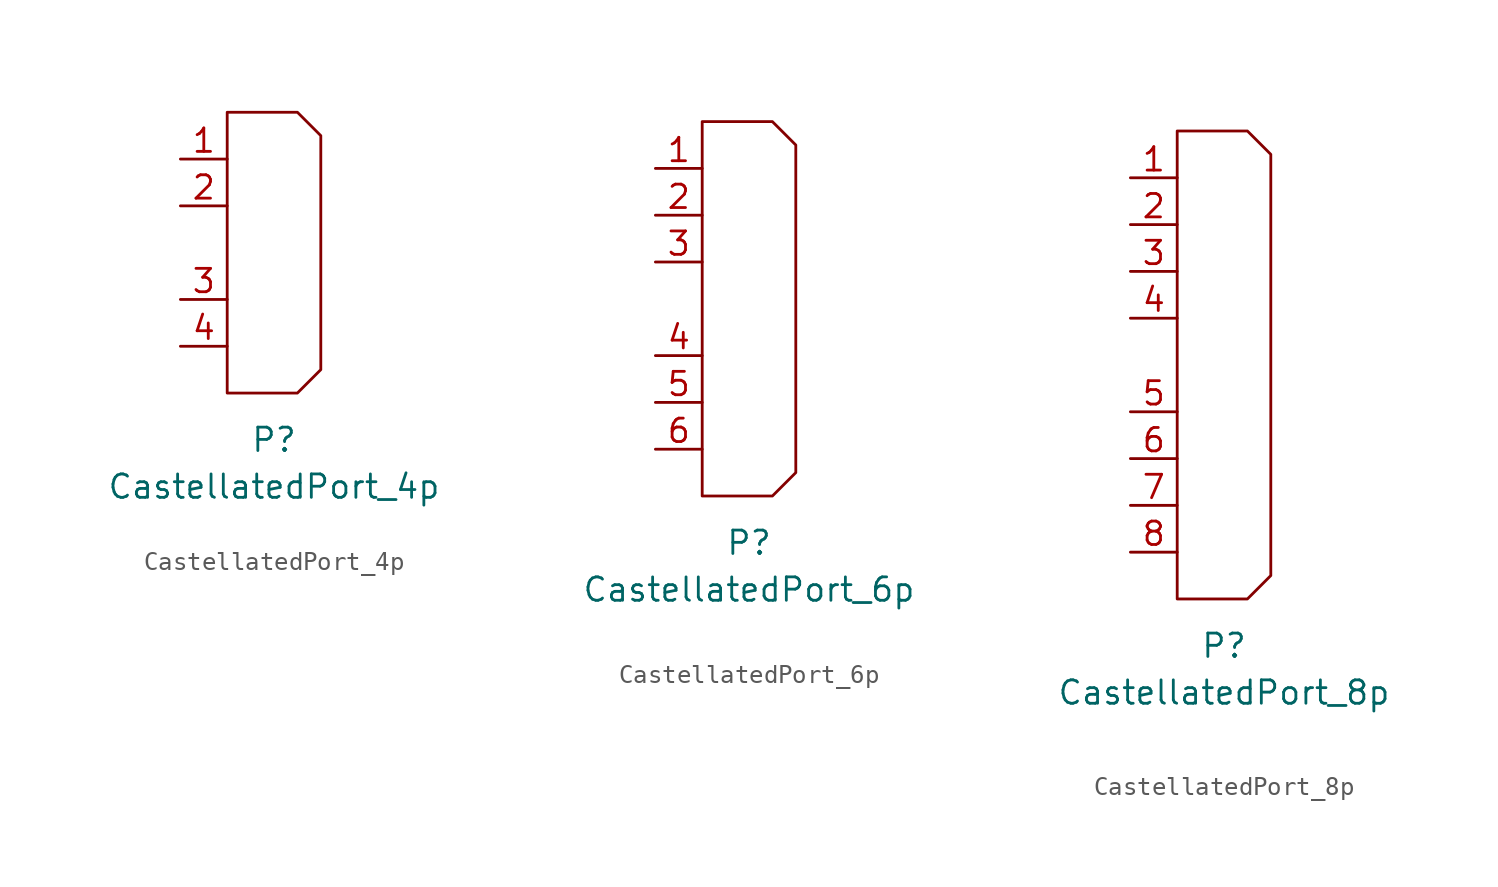
<source format=kicad_sym>
(kicad_symbol_lib
  (version 20211014)
  (generator kicad_symbol_editor)
  (symbol "CastellatedPort_4p"
    (pin_names hide)
    (property "Reference" "P"
      (at 0 -10.16 0)
      (effects (font (size 1.27 1.27))))
    (property "Value" "CastellatedPort_4p"
      (at 0 -12.7 0)
      (effects (font (size 1.27 1.27))))
    (symbol "CastellatedPort_4p_0_1"
      (polyline (pts (xy -2.54 7.62) (xy 1.27 7.62) (xy 2.54 6.35) (xy 2.54 -6.35) (xy 1.27 -7.62) (xy -2.54 -7.62) (xy -2.54 7.62)) (stroke (width 0) (type default) (color 0 0 0 0)) (fill (type none))))
    (symbol "CastellatedPort_4p_1_1"
      (pin bidirectional line (at -5.08 5.08 0) (length 2.54) (name "" (effects (font (size 1.27 1.27)))) (number "1" (effects (font (size 1.27 1.27)))))
      (pin bidirectional line (at -5.08 2.54 0) (length 2.54) (name "" (effects (font (size 1.27 1.27)))) (number "2" (effects (font (size 1.27 1.27)))))
      (pin bidirectional line (at -5.08 -2.54 0) (length 2.54) (name "" (effects (font (size 1.27 1.27)))) (number "3" (effects (font (size 1.27 1.27)))))
      (pin bidirectional line (at -5.08 -5.08 0) (length 2.54) (name "" (effects (font (size 1.27 1.27)))) (number "4" (effects (font (size 1.27 1.27)))))))
  (symbol "CastellatedPort_6p"
    (pin_names hide)
    (property "Reference" "P"
      (at 0 -12.7 0)
      (effects (font (size 1.27 1.27))))
    (property "Value" "CastellatedPort_6p"
      (at 0 -15.24 0)
      (effects (font (size 1.27 1.27))))
    (symbol "CastellatedPort_6p_0_1"
      (polyline (pts (xy -2.54 10.16) (xy 1.27 10.16) (xy 2.54 8.89) (xy 2.54 -8.89) (xy 1.27 -10.16) (xy -2.54 -10.16) (xy -2.54 10.16)) (stroke (width 0) (type default) (color 0 0 0 0)) (fill (type none))))
    (symbol "CastellatedPort_6p_1_1"
      (pin bidirectional line (at -5.08 7.62 0) (length 2.54) (name "" (effects (font (size 1.27 1.27)))) (number "1" (effects (font (size 1.27 1.27)))))
      (pin bidirectional line (at -5.08 5.08 0) (length 2.54) (name "" (effects (font (size 1.27 1.27)))) (number "2" (effects (font (size 1.27 1.27)))))
      (pin bidirectional line (at -5.08 2.54 0) (length 2.54) (name "" (effects (font (size 1.27 1.27)))) (number "3" (effects (font (size 1.27 1.27)))))
      (pin bidirectional line (at -5.08 -2.54 0) (length 2.54) (name "" (effects (font (size 1.27 1.27)))) (number "4" (effects (font (size 1.27 1.27)))))
      (pin bidirectional line (at -5.08 -5.08 0) (length 2.54) (name "" (effects (font (size 1.27 1.27)))) (number "5" (effects (font (size 1.27 1.27)))))
      (pin bidirectional line (at -5.08 -7.62 0) (length 2.54) (name "" (effects (font (size 1.27 1.27)))) (number "6" (effects (font (size 1.27 1.27)))))))
  (symbol "CastellatedPort_8p"
    (pin_names hide)
    (property "Reference" "P"
      (at 0 -15.24 0)
      (effects (font (size 1.27 1.27))))
    (property "Value" "CastellatedPort_8p"
      (at 0 -17.78 0)
      (effects (font (size 1.27 1.27))))
    (symbol "CastellatedPort_8p_0_1"
      (polyline (pts (xy -2.54 12.7) (xy 1.27 12.7) (xy 2.54 11.43) (xy 2.54 -11.43) (xy 1.27 -12.7) (xy -2.54 -12.7) (xy -2.54 12.7)) (stroke (width 0) (type default) (color 0 0 0 0)) (fill (type none))))
    (symbol "CastellatedPort_8p_1_1"
      (pin bidirectional line (at -5.08 10.16 0) (length 2.54) (name "" (effects (font (size 1.27 1.27)))) (number "1" (effects (font (size 1.27 1.27)))))
      (pin bidirectional line (at -5.08 7.62 0) (length 2.54) (name "" (effects (font (size 1.27 1.27)))) (number "2" (effects (font (size 1.27 1.27)))))
      (pin bidirectional line (at -5.08 5.08 0) (length 2.54) (name "" (effects (font (size 1.27 1.27)))) (number "3" (effects (font (size 1.27 1.27)))))
      (pin bidirectional line (at -5.08 2.54 0) (length 2.54) (name "" (effects (font (size 1.27 1.27)))) (number "4" (effects (font (size 1.27 1.27)))))
      (pin bidirectional line (at -5.08 -2.54 0) (length 2.54) (name "" (effects (font (size 1.27 1.27)))) (number "5" (effects (font (size 1.27 1.27)))))
      (pin bidirectional line (at -5.08 -5.08 0) (length 2.54) (name "" (effects (font (size 1.27 1.27)))) (number "6" (effects (font (size 1.27 1.27)))))
      (pin bidirectional line (at -5.08 -7.62 0) (length 2.54) (name "" (effects (font (size 1.27 1.27)))) (number "7" (effects (font (size 1.27 1.27)))))
      (pin bidirectional line (at -5.08 -10.16 0) (length 2.54) (name "" (effects (font (size 1.27 1.27)))) (number "8" (effects (font (size 1.27 1.27))))))))
</source>
